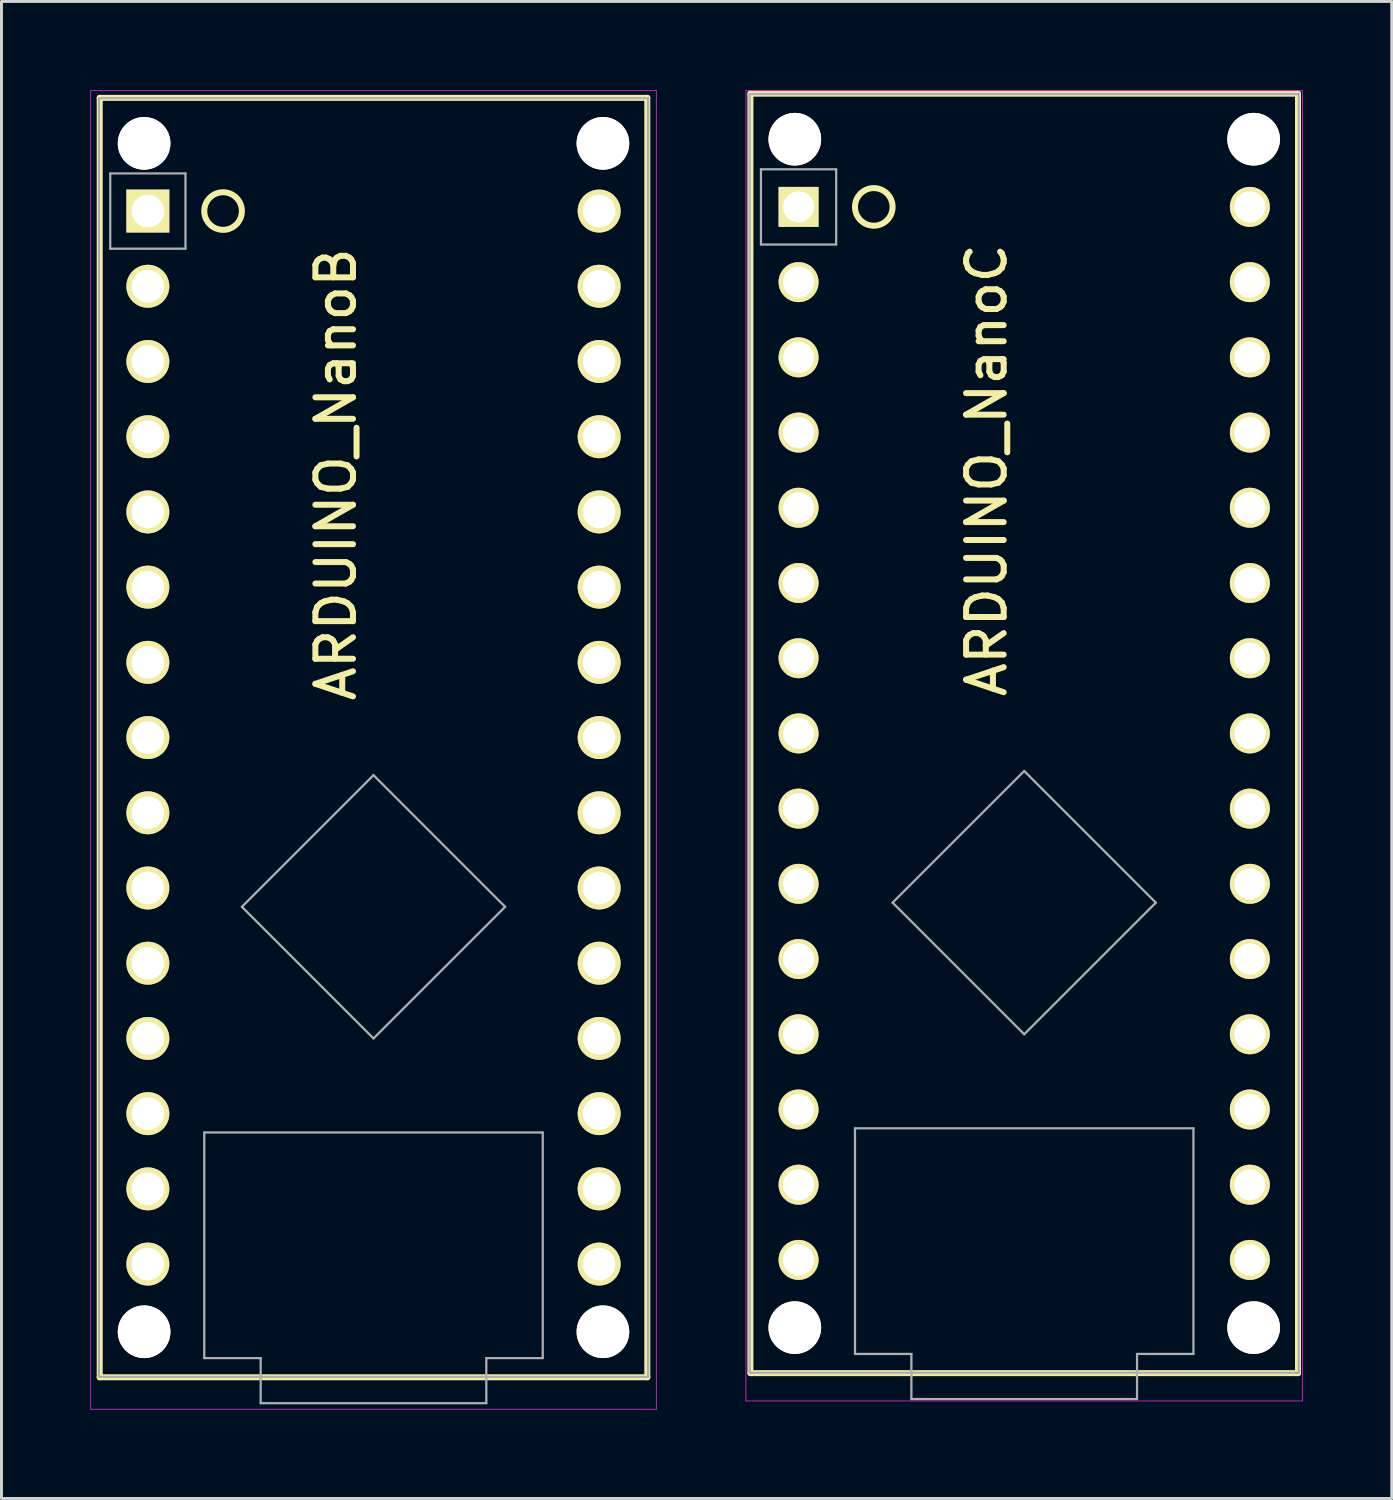
<source format=kicad_pcb>
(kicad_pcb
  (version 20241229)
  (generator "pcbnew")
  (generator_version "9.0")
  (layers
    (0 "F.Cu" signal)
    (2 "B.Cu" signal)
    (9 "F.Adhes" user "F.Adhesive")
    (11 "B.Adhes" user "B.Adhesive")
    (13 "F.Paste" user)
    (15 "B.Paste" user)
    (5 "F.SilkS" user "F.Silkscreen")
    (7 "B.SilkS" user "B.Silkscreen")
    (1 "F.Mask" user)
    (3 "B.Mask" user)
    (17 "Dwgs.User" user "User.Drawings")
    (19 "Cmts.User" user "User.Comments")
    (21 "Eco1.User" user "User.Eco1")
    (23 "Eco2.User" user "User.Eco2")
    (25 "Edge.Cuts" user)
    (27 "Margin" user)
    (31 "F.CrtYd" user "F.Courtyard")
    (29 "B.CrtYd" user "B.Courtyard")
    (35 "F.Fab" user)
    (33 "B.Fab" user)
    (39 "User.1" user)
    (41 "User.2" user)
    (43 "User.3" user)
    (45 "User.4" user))
  (footprint "ARDUINO_NanoC"
    (layer "F.Cu")
    (at 31.537 21.717)
    (property "Reference" "ARDUINO_NanoC" (at -1.27 -8.89 90) (layer "F.SilkS") (effects (font (size 1.27 1.27) (thickness 0.203))))
    (attr through_hole)
    (fp_line (start -9.246 -21.603) (end 9.246 -21.603) (stroke (width 0.203) (type solid)) (layer "F.SilkS"))
    (fp_line (start -9.246 21.603) (end -9.246 -21.603) (stroke (width 0.203) (type solid)) (layer "F.SilkS"))
    (fp_line (start 9.246 -21.603) (end 9.246 21.603) (stroke (width 0.203) (type solid)) (layer "F.SilkS"))
    (fp_line (start 9.246 21.603) (end -9.246 21.603) (stroke (width 0.203) (type solid)) (layer "F.SilkS"))
    (fp_circle (center -5.08 -17.78) (end -4.445 -17.78) (stroke (width 0.203) (type solid)) (fill no) (layer "F.SilkS"))
    (fp_line (start -9.398 -21.704) (end 9.398 -21.704) (stroke (width 0.025) (type solid)) (layer "F.CrtYd"))
    (fp_line (start -9.398 22.543) (end -9.398 -21.704) (stroke (width 0.025) (type solid)) (layer "F.CrtYd"))
    (fp_line (start 9.398 -21.704) (end 9.398 22.543) (stroke (width 0.025) (type solid)) (layer "F.CrtYd"))
    (fp_line (start 9.398 22.543) (end -9.398 22.543) (stroke (width 0.025) (type solid)) (layer "F.CrtYd"))
    (fp_line (start -9.271 -21.59) (end 9.271 -21.59) (stroke (width 0.076) (type solid)) (layer "F.Fab"))
    (fp_line (start -9.271 21.59) (end -9.271 -21.59) (stroke (width 0.076) (type solid)) (layer "F.Fab"))
    (fp_line (start -8.89 -19.05) (end -6.35 -19.05) (stroke (width 0.076) (type solid)) (layer "F.Fab"))
    (fp_line (start -8.89 -16.51) (end -8.89 -19.05) (stroke (width 0.076) (type solid)) (layer "F.Fab"))
    (fp_line (start -6.35 -19.05) (end -6.35 -16.51) (stroke (width 0.076) (type solid)) (layer "F.Fab"))
    (fp_line (start -6.35 -16.51) (end -8.89 -16.51) (stroke (width 0.076) (type solid)) (layer "F.Fab"))
    (fp_line (start -5.715 13.335) (end -5.715 20.955) (stroke (width 0.076) (type solid)) (layer "F.Fab"))
    (fp_line (start -5.715 20.955) (end -3.81 20.955) (stroke (width 0.076) (type solid)) (layer "F.Fab"))
    (fp_line (start -4.445 5.715) (end 0 10.16) (stroke (width 0.076) (type solid)) (layer "F.Fab"))
    (fp_line (start -3.81 20.955) (end -3.81 22.479) (stroke (width 0.076) (type solid)) (layer "F.Fab"))
    (fp_line (start -3.81 22.479) (end 3.81 22.479) (stroke (width 0.076) (type solid)) (layer "F.Fab"))
    (fp_line (start 0 1.27) (end -4.445 5.715) (stroke (width 0.076) (type solid)) (layer "F.Fab"))
    (fp_line (start 0 10.16) (end 4.445 5.715) (stroke (width 0.076) (type solid)) (layer "F.Fab"))
    (fp_line (start 3.81 20.955) (end 5.715 20.955) (stroke (width 0.076) (type solid)) (layer "F.Fab"))
    (fp_line (start 3.81 22.479) (end 3.81 20.955) (stroke (width 0.076) (type solid)) (layer "F.Fab"))
    (fp_line (start 4.445 5.715) (end 0 1.27) (stroke (width 0.076) (type solid)) (layer "F.Fab"))
    (fp_line (start 5.715 13.335) (end -5.715 13.335) (stroke (width 0.076) (type solid)) (layer "F.Fab"))
    (fp_line (start 5.715 20.955) (end 5.715 13.335) (stroke (width 0.076) (type solid)) (layer "F.Fab"))
    (fp_line (start 9.271 -21.59) (end 9.271 21.59) (stroke (width 0.076) (type solid)) (layer "F.Fab"))
    (fp_line (start 9.271 21.59) (end -9.271 21.59) (stroke (width 0.076) (type solid)) (layer "F.Fab"))
    (pad "" np_thru_hole circle (at -7.747 -20.066 0.1) (size 1.778 1.778) (drill 1.778) (layers "*.Cu" "*.Mask" "F.SilkS"))
    (pad "" np_thru_hole circle (at -7.747 20.066 0.1) (size 1.778 1.778) (drill 1.778) (layers "*.Cu" "*.Mask" "F.SilkS"))
    (pad "" np_thru_hole circle (at 7.747 -20.066 0.1) (size 1.778 1.778) (drill 1.778) (layers "*.Cu" "*.Mask" "F.SilkS"))
    (pad "" np_thru_hole circle (at 7.747 20.066 0.1) (size 1.778 1.778) (drill 1.778) (layers "*.Cu" "*.Mask" "F.SilkS"))
    (pad "1" thru_hole rect (at -7.62 -17.78) (size 1.35 1.35) (drill 1.05) (layers "*.Cu" "*.Mask" "F.SilkS"))
    (pad "2" thru_hole circle (at -7.62 -15.24) (size 1.35 1.35) (drill 1.05) (layers "*.Cu" "*.Mask" "F.SilkS"))
    (pad "3" thru_hole circle (at -7.62 -12.7) (size 1.35 1.35) (drill 1.05) (layers "*.Cu" "*.Mask" "F.SilkS"))
    (pad "4" thru_hole circle (at -7.62 -10.16) (size 1.35 1.35) (drill 1.05) (layers "*.Cu" "*.Mask" "F.SilkS"))
    (pad "5" thru_hole circle (at -7.62 -7.62) (size 1.35 1.35) (drill 1.05) (layers "*.Cu" "*.Mask" "F.SilkS"))
    (pad "6" thru_hole circle (at -7.62 -5.08) (size 1.35 1.35) (drill 1.05) (layers "*.Cu" "*.Mask" "F.SilkS"))
    (pad "7" thru_hole circle (at -7.62 -2.54) (size 1.35 1.35) (drill 1.05) (layers "*.Cu" "*.Mask" "F.SilkS"))
    (pad "8" thru_hole circle (at -7.62 0) (size 1.35 1.35) (drill 1.05) (layers "*.Cu" "*.Mask" "F.SilkS"))
    (pad "9" thru_hole circle (at -7.62 2.54) (size 1.35 1.35) (drill 1.05) (layers "*.Cu" "*.Mask" "F.SilkS"))
    (pad "10" thru_hole circle (at -7.62 5.08) (size 1.35 1.35) (drill 1.05) (layers "*.Cu" "*.Mask" "F.SilkS"))
    (pad "11" thru_hole circle (at -7.62 7.62) (size 1.35 1.35) (drill 1.05) (layers "*.Cu" "*.Mask" "F.SilkS"))
    (pad "12" thru_hole circle (at -7.62 10.16) (size 1.35 1.35) (drill 1.05) (layers "*.Cu" "*.Mask" "F.SilkS"))
    (pad "13" thru_hole circle (at -7.62 12.7) (size 1.35 1.35) (drill 1.05) (layers "*.Cu" "*.Mask" "F.SilkS"))
    (pad "14" thru_hole circle (at -7.62 15.24) (size 1.35 1.35) (drill 1.05) (layers "*.Cu" "*.Mask" "F.SilkS"))
    (pad "15" thru_hole circle (at -7.62 17.78) (size 1.35 1.35) (drill 1.05) (layers "*.Cu" "*.Mask" "F.SilkS"))
    (pad "16" thru_hole circle (at 7.62 17.78 180) (size 1.35 1.35) (drill 1.05) (layers "*.Cu" "*.Mask" "F.SilkS"))
    (pad "17" thru_hole circle (at 7.62 15.24 180) (size 1.35 1.35) (drill 1.05) (layers "*.Cu" "*.Mask" "F.SilkS"))
    (pad "18" thru_hole circle (at 7.62 12.7 180) (size 1.35 1.35) (drill 1.05) (layers "*.Cu" "*.Mask" "F.SilkS"))
    (pad "19" thru_hole circle (at 7.62 10.16 180) (size 1.35 1.35) (drill 1.05) (layers "*.Cu" "*.Mask" "F.SilkS"))
    (pad "20" thru_hole circle (at 7.62 7.62 180) (size 1.35 1.35) (drill 1.05) (layers "*.Cu" "*.Mask" "F.SilkS"))
    (pad "21" thru_hole circle (at 7.62 5.08 180) (size 1.35 1.35) (drill 1.05) (layers "*.Cu" "*.Mask" "F.SilkS"))
    (pad "22" thru_hole circle (at 7.62 2.54 180) (size 1.35 1.35) (drill 1.05) (layers "*.Cu" "*.Mask" "F.SilkS"))
    (pad "23" thru_hole circle (at 7.62 0 180) (size 1.35 1.35) (drill 1.05) (layers "*.Cu" "*.Mask" "F.SilkS"))
    (pad "24" thru_hole circle (at 7.62 -2.54 180) (size 1.35 1.35) (drill 1.05) (layers "*.Cu" "*.Mask" "F.SilkS"))
    (pad "25" thru_hole circle (at 7.62 -5.08 180) (size 1.35 1.35) (drill 1.05) (layers "*.Cu" "*.Mask" "F.SilkS"))
    (pad "26" thru_hole circle (at 7.62 -7.62 180) (size 1.35 1.35) (drill 1.05) (layers "*.Cu" "*.Mask" "F.SilkS"))
    (pad "27" thru_hole circle (at 7.62 -10.16 180) (size 1.35 1.35) (drill 1.05) (layers "*.Cu" "*.Mask" "F.SilkS"))
    (pad "28" thru_hole circle (at 7.62 -12.7 180) (size 1.35 1.35) (drill 1.05) (layers "*.Cu" "*.Mask" "F.SilkS"))
    (pad "29" thru_hole circle (at 7.62 -15.24 180) (size 1.35 1.35) (drill 1.05) (layers "*.Cu" "*.Mask" "F.SilkS"))
    (pad "30" thru_hole circle (at 7.62 -17.78 180) (size 1.35 1.35) (drill 1.05) (layers "*.Cu" "*.Mask" "F.SilkS")))
  (footprint "ARDUINO_NanoB"
    (layer "F.Cu")
    (at 9.563 21.857)
    (property "Reference" "ARDUINO_NanoB" (at -1.27 -8.89 90) (layer "F.SilkS") (effects (font (size 1.27 1.27) (thickness 0.203))))
    (attr through_hole)
    (fp_line (start -9.246 -21.603) (end 9.246 -21.603) (stroke (width 0.203) (type solid)) (layer "F.SilkS"))
    (fp_line (start -9.246 21.603) (end -9.246 -21.603) (stroke (width 0.203) (type solid)) (layer "F.SilkS"))
    (fp_line (start 9.246 -21.603) (end 9.246 21.603) (stroke (width 0.203) (type solid)) (layer "F.SilkS"))
    (fp_line (start 9.246 21.603) (end -9.246 21.603) (stroke (width 0.203) (type solid)) (layer "F.SilkS"))
    (fp_circle (center -5.08 -17.78) (end -4.445 -17.78) (stroke (width 0.203) (type solid)) (fill no) (layer "F.SilkS"))
    (fp_line (start -9.55 -21.844) (end 9.55 -21.844) (stroke (width 0.025) (type solid)) (layer "F.CrtYd"))
    (fp_line (start -9.55 22.682) (end -9.55 -21.844) (stroke (width 0.025) (type solid)) (layer "F.CrtYd"))
    (fp_line (start 9.55 -21.844) (end 9.55 22.682) (stroke (width 0.025) (type solid)) (layer "F.CrtYd"))
    (fp_line (start 9.55 22.682) (end -9.55 22.682) (stroke (width 0.025) (type solid)) (layer "F.CrtYd"))
    (fp_line (start -9.271 -21.59) (end 9.271 -21.59) (stroke (width 0.076) (type solid)) (layer "F.Fab"))
    (fp_line (start -9.271 21.59) (end -9.271 -21.59) (stroke (width 0.076) (type solid)) (layer "F.Fab"))
    (fp_line (start -8.89 -19.05) (end -6.35 -19.05) (stroke (width 0.076) (type solid)) (layer "F.Fab"))
    (fp_line (start -8.89 -16.51) (end -8.89 -19.05) (stroke (width 0.076) (type solid)) (layer "F.Fab"))
    (fp_line (start -6.35 -19.05) (end -6.35 -16.51) (stroke (width 0.076) (type solid)) (layer "F.Fab"))
    (fp_line (start -6.35 -16.51) (end -8.89 -16.51) (stroke (width 0.076) (type solid)) (layer "F.Fab"))
    (fp_line (start -5.715 13.335) (end -5.715 20.955) (stroke (width 0.076) (type solid)) (layer "F.Fab"))
    (fp_line (start -5.715 20.955) (end -3.81 20.955) (stroke (width 0.076) (type solid)) (layer "F.Fab"))
    (fp_line (start -4.445 5.715) (end 0 10.16) (stroke (width 0.076) (type solid)) (layer "F.Fab"))
    (fp_line (start -3.81 20.955) (end -3.81 22.479) (stroke (width 0.076) (type solid)) (layer "F.Fab"))
    (fp_line (start -3.81 22.479) (end 3.81 22.479) (stroke (width 0.076) (type solid)) (layer "F.Fab"))
    (fp_line (start 0 1.27) (end -4.445 5.715) (stroke (width 0.076) (type solid)) (layer "F.Fab"))
    (fp_line (start 0 10.16) (end 4.445 5.715) (stroke (width 0.076) (type solid)) (layer "F.Fab"))
    (fp_line (start 3.81 20.955) (end 5.715 20.955) (stroke (width 0.076) (type solid)) (layer "F.Fab"))
    (fp_line (start 3.81 22.479) (end 3.81 20.955) (stroke (width 0.076) (type solid)) (layer "F.Fab"))
    (fp_line (start 4.445 5.715) (end 0 1.27) (stroke (width 0.076) (type solid)) (layer "F.Fab"))
    (fp_line (start 5.715 13.335) (end -5.715 13.335) (stroke (width 0.076) (type solid)) (layer "F.Fab"))
    (fp_line (start 5.715 20.955) (end 5.715 13.335) (stroke (width 0.076) (type solid)) (layer "F.Fab"))
    (fp_line (start 9.271 -21.59) (end 9.271 21.59) (stroke (width 0.076) (type solid)) (layer "F.Fab"))
    (fp_line (start 9.271 21.59) (end -9.271 21.59) (stroke (width 0.076) (type solid)) (layer "F.Fab"))
    (pad "" np_thru_hole circle (at -7.747 -20.066 0.1) (size 1.778 1.778) (drill 1.778) (layers "*.Cu" "*.Mask" "F.SilkS"))
    (pad "" np_thru_hole circle (at -7.747 20.066 0.1) (size 1.778 1.778) (drill 1.778) (layers "*.Cu" "*.Mask" "F.SilkS"))
    (pad "" np_thru_hole circle (at 7.747 -20.066 0.1) (size 1.778 1.778) (drill 1.778) (layers "*.Cu" "*.Mask" "F.SilkS"))
    (pad "" np_thru_hole circle (at 7.747 20.066 0.1) (size 1.778 1.778) (drill 1.778) (layers "*.Cu" "*.Mask" "F.SilkS"))
    (pad "1" thru_hole rect (at -7.62 -17.78) (size 1.45 1.45) (drill 1.1) (layers "*.Cu" "*.Mask" "F.SilkS"))
    (pad "2" thru_hole circle (at -7.62 -15.24) (size 1.45 1.45) (drill 1.1) (layers "*.Cu" "*.Mask" "F.SilkS"))
    (pad "3" thru_hole circle (at -7.62 -12.7) (size 1.45 1.45) (drill 1.1) (layers "*.Cu" "*.Mask" "F.SilkS"))
    (pad "4" thru_hole circle (at -7.62 -10.16) (size 1.45 1.45) (drill 1.1) (layers "*.Cu" "*.Mask" "F.SilkS"))
    (pad "5" thru_hole circle (at -7.62 -7.62) (size 1.45 1.45) (drill 1.1) (layers "*.Cu" "*.Mask" "F.SilkS"))
    (pad "6" thru_hole circle (at -7.62 -5.08) (size 1.45 1.45) (drill 1.1) (layers "*.Cu" "*.Mask" "F.SilkS"))
    (pad "7" thru_hole circle (at -7.62 -2.54) (size 1.45 1.45) (drill 1.1) (layers "*.Cu" "*.Mask" "F.SilkS"))
    (pad "8" thru_hole circle (at -7.62 0) (size 1.45 1.45) (drill 1.1) (layers "*.Cu" "*.Mask" "F.SilkS"))
    (pad "9" thru_hole circle (at -7.62 2.54) (size 1.45 1.45) (drill 1.1) (layers "*.Cu" "*.Mask" "F.SilkS"))
    (pad "10" thru_hole circle (at -7.62 5.08) (size 1.45 1.45) (drill 1.1) (layers "*.Cu" "*.Mask" "F.SilkS"))
    (pad "11" thru_hole circle (at -7.62 7.62) (size 1.45 1.45) (drill 1.1) (layers "*.Cu" "*.Mask" "F.SilkS"))
    (pad "12" thru_hole circle (at -7.62 10.16) (size 1.45 1.45) (drill 1.1) (layers "*.Cu" "*.Mask" "F.SilkS"))
    (pad "13" thru_hole circle (at -7.62 12.7) (size 1.45 1.45) (drill 1.1) (layers "*.Cu" "*.Mask" "F.SilkS"))
    (pad "14" thru_hole circle (at -7.62 15.24) (size 1.45 1.45) (drill 1.1) (layers "*.Cu" "*.Mask" "F.SilkS"))
    (pad "15" thru_hole circle (at -7.62 17.78) (size 1.45 1.45) (drill 1.1) (layers "*.Cu" "*.Mask" "F.SilkS"))
    (pad "16" thru_hole circle (at 7.62 17.78 180) (size 1.45 1.45) (drill 1.1) (layers "*.Cu" "*.Mask" "F.SilkS"))
    (pad "17" thru_hole circle (at 7.62 15.24 180) (size 1.45 1.45) (drill 1.1) (layers "*.Cu" "*.Mask" "F.SilkS"))
    (pad "18" thru_hole circle (at 7.62 12.7 180) (size 1.45 1.45) (drill 1.1) (layers "*.Cu" "*.Mask" "F.SilkS"))
    (pad "19" thru_hole circle (at 7.62 10.16 180) (size 1.45 1.45) (drill 1.1) (layers "*.Cu" "*.Mask" "F.SilkS"))
    (pad "20" thru_hole circle (at 7.62 7.62 180) (size 1.45 1.45) (drill 1.1) (layers "*.Cu" "*.Mask" "F.SilkS"))
    (pad "21" thru_hole circle (at 7.62 5.08 180) (size 1.45 1.45) (drill 1.1) (layers "*.Cu" "*.Mask" "F.SilkS"))
    (pad "22" thru_hole circle (at 7.62 2.54 180) (size 1.45 1.45) (drill 1.1) (layers "*.Cu" "*.Mask" "F.SilkS"))
    (pad "23" thru_hole circle (at 7.62 0 180) (size 1.45 1.45) (drill 1.1) (layers "*.Cu" "*.Mask" "F.SilkS"))
    (pad "24" thru_hole circle (at 7.62 -2.54 180) (size 1.45 1.45) (drill 1.1) (layers "*.Cu" "*.Mask" "F.SilkS"))
    (pad "25" thru_hole circle (at 7.62 -5.08 180) (size 1.45 1.45) (drill 1.1) (layers "*.Cu" "*.Mask" "F.SilkS"))
    (pad "26" thru_hole circle (at 7.62 -7.62 180) (size 1.45 1.45) (drill 1.1) (layers "*.Cu" "*.Mask" "F.SilkS"))
    (pad "27" thru_hole circle (at 7.62 -10.16 180) (size 1.45 1.45) (drill 1.1) (layers "*.Cu" "*.Mask" "F.SilkS"))
    (pad "28" thru_hole circle (at 7.62 -12.7 180) (size 1.45 1.45) (drill 1.1) (layers "*.Cu" "*.Mask" "F.SilkS"))
    (pad "29" thru_hole circle (at 7.62 -15.24 180) (size 1.45 1.45) (drill 1.1) (layers "*.Cu" "*.Mask" "F.SilkS"))
    (pad "30" thru_hole circle (at 7.62 -17.78 180) (size 1.45 1.45) (drill 1.1) (layers "*.Cu" "*.Mask" "F.SilkS")))
  (gr_rect
    (start -3 -3)
    (end 43.948 47.552)
    (stroke (width 0.1) (type default))
    (fill no)
    (layer "Edge.Cuts")))
</source>
